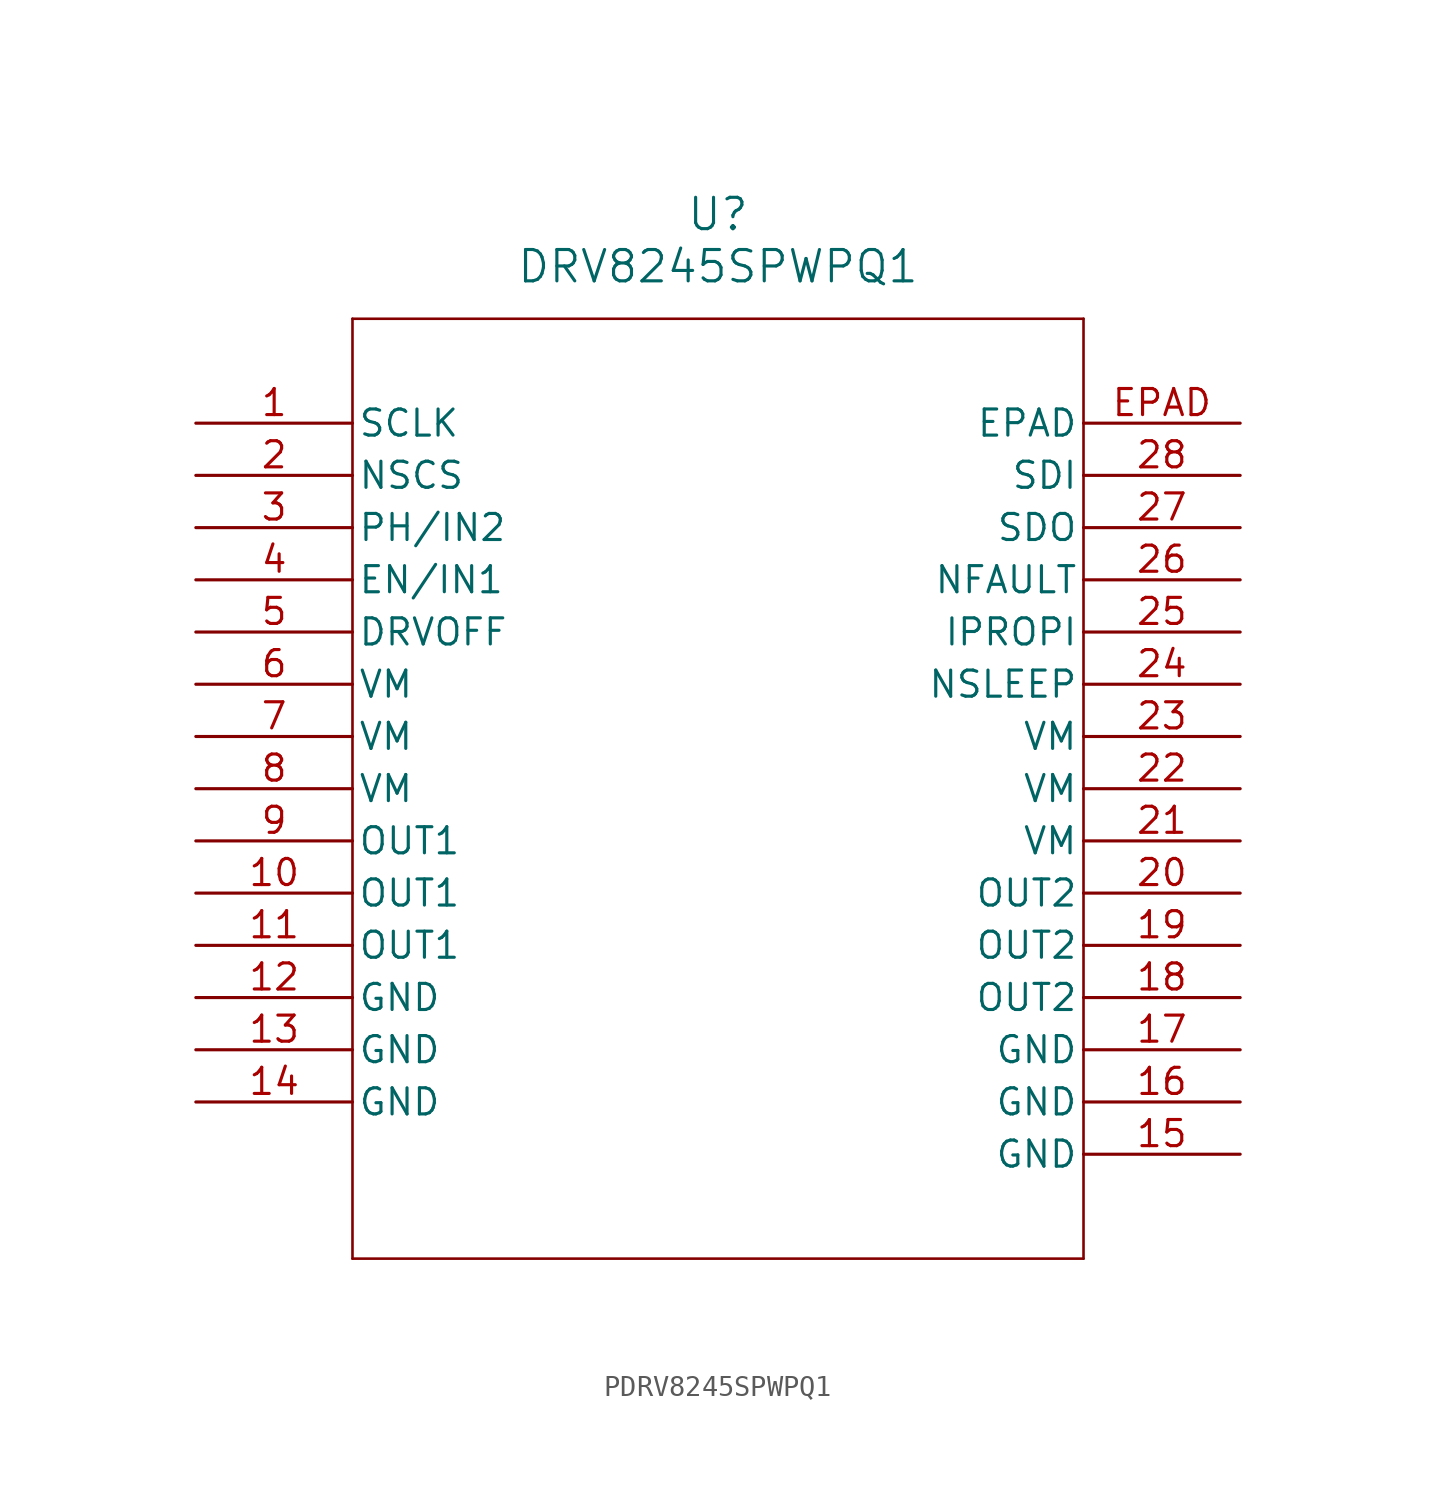
<source format=kicad_sym>
(kicad_symbol_lib
  (version 20211014)
  (generator kicad_symbol_editor)
  (symbol "PDRV8245SPWPQ1"
    (pin_names
      (offset 0.254))
    (property "Reference" "U"
      (at 25.4 10.16 0)
      (effects (font (size 1.524 1.524))))
    (property "Value" "DRV8245SPWPQ1"
      (at 25.4 7.62 0)
      (effects (font (size 1.524 1.524))))
    (symbol "PDRV8245SPWPQ1_0_1"
      (polyline (pts (xy 7.62 5.08) (xy 7.62 -40.64)) (stroke (width 0.127) (type default) (color 0 0 0 0)) (fill (type none)))
      (polyline (pts (xy 7.62 -40.64) (xy 43.18 -40.64)) (stroke (width 0.127) (type default) (color 0 0 0 0)) (fill (type none)))
      (polyline (pts (xy 43.18 -40.64) (xy 43.18 5.08)) (stroke (width 0.127) (type default) (color 0 0 0 0)) (fill (type none)))
      (polyline (pts (xy 43.18 5.08) (xy 7.62 5.08)) (stroke (width 0.127) (type default) (color 0 0 0 0)) (fill (type none)))
      (pin input line (at 0 0 0) (length 7.62) (name "SCLK" (effects (font (size 1.27 1.27)))) (number "1" (effects (font (size 1.27 1.27)))))
      (pin input line (at 0 -2.54 0) (length 7.62) (name "NSCS" (effects (font (size 1.27 1.27)))) (number "2" (effects (font (size 1.27 1.27)))))
      (pin input line (at 0 -5.08 0) (length 7.62) (name "PH/IN2" (effects (font (size 1.27 1.27)))) (number "3" (effects (font (size 1.27 1.27)))))
      (pin input line (at 0 -7.62 0) (length 7.62) (name "EN/IN1" (effects (font (size 1.27 1.27)))) (number "4" (effects (font (size 1.27 1.27)))))
      (pin input line (at 0 -10.16 0) (length 7.62) (name "DRVOFF" (effects (font (size 1.27 1.27)))) (number "5" (effects (font (size 1.27 1.27)))))
      (pin power_in line (at 0 -12.7 0) (length 7.62) (name "VM" (effects (font (size 1.27 1.27)))) (number "6" (effects (font (size 1.27 1.27)))))
      (pin power_in line (at 0 -15.24 0) (length 7.62) (name "VM" (effects (font (size 1.27 1.27)))) (number "7" (effects (font (size 1.27 1.27)))))
      (pin power_in line (at 0 -17.78 0) (length 7.62) (name "VM" (effects (font (size 1.27 1.27)))) (number "8" (effects (font (size 1.27 1.27)))))
      (pin output line (at 0 -20.32 0) (length 7.62) (name "OUT1" (effects (font (size 1.27 1.27)))) (number "9" (effects (font (size 1.27 1.27)))))
      (pin output line (at 0 -22.86 0) (length 7.62) (name "OUT1" (effects (font (size 1.27 1.27)))) (number "10" (effects (font (size 1.27 1.27)))))
      (pin output line (at 0 -25.4 0) (length 7.62) (name "OUT1" (effects (font (size 1.27 1.27)))) (number "11" (effects (font (size 1.27 1.27)))))
      (pin power_out line (at 0 -27.94 0) (length 7.62) (name "GND" (effects (font (size 1.27 1.27)))) (number "12" (effects (font (size 1.27 1.27)))))
      (pin power_out line (at 0 -30.48 0) (length 7.62) (name "GND" (effects (font (size 1.27 1.27)))) (number "13" (effects (font (size 1.27 1.27)))))
      (pin power_out line (at 0 -33.02 0) (length 7.62) (name "GND" (effects (font (size 1.27 1.27)))) (number "14" (effects (font (size 1.27 1.27)))))
      (pin power_out line (at 50.8 -35.56 180) (length 7.62) (name "GND" (effects (font (size 1.27 1.27)))) (number "15" (effects (font (size 1.27 1.27)))))
      (pin power_out line (at 50.8 -33.02 180) (length 7.62) (name "GND" (effects (font (size 1.27 1.27)))) (number "16" (effects (font (size 1.27 1.27)))))
      (pin power_out line (at 50.8 -30.48 180) (length 7.62) (name "GND" (effects (font (size 1.27 1.27)))) (number "17" (effects (font (size 1.27 1.27)))))
      (pin output line (at 50.8 -27.94 180) (length 7.62) (name "OUT2" (effects (font (size 1.27 1.27)))) (number "18" (effects (font (size 1.27 1.27)))))
      (pin output line (at 50.8 -25.4 180) (length 7.62) (name "OUT2" (effects (font (size 1.27 1.27)))) (number "19" (effects (font (size 1.27 1.27)))))
      (pin output line (at 50.8 -22.86 180) (length 7.62) (name "OUT2" (effects (font (size 1.27 1.27)))) (number "20" (effects (font (size 1.27 1.27)))))
      (pin power_in line (at 50.8 -20.32 180) (length 7.62) (name "VM" (effects (font (size 1.27 1.27)))) (number "21" (effects (font (size 1.27 1.27)))))
      (pin power_in line (at 50.8 -17.78 180) (length 7.62) (name "VM" (effects (font (size 1.27 1.27)))) (number "22" (effects (font (size 1.27 1.27)))))
      (pin power_in line (at 50.8 -15.24 180) (length 7.62) (name "VM" (effects (font (size 1.27 1.27)))) (number "23" (effects (font (size 1.27 1.27)))))
      (pin input line (at 50.8 -12.7 180) (length 7.62) (name "NSLEEP" (effects (font (size 1.27 1.27)))) (number "24" (effects (font (size 1.27 1.27)))))
      (pin bidirectional line (at 50.8 -10.16 180) (length 7.62) (name "IPROPI" (effects (font (size 1.27 1.27)))) (number "25" (effects (font (size 1.27 1.27)))))
      (pin output line (at 50.8 -7.62 180) (length 7.62) (name "NFAULT" (effects (font (size 1.27 1.27)))) (number "26" (effects (font (size 1.27 1.27)))))
      (pin output line (at 50.8 -5.08 180) (length 7.62) (name "SDO" (effects (font (size 1.27 1.27)))) (number "27" (effects (font (size 1.27 1.27)))))
      (pin input line (at 50.8 -2.54 180) (length 7.62) (name "SDI" (effects (font (size 1.27 1.27)))) (number "28" (effects (font (size 1.27 1.27)))))
      (pin power_out line (at 50.8 0 180) (length 7.62) (name "EPAD" (effects (font (size 1.27 1.27)))) (number "EPAD" (effects (font (size 1.27 1.27))))))))
</source>
